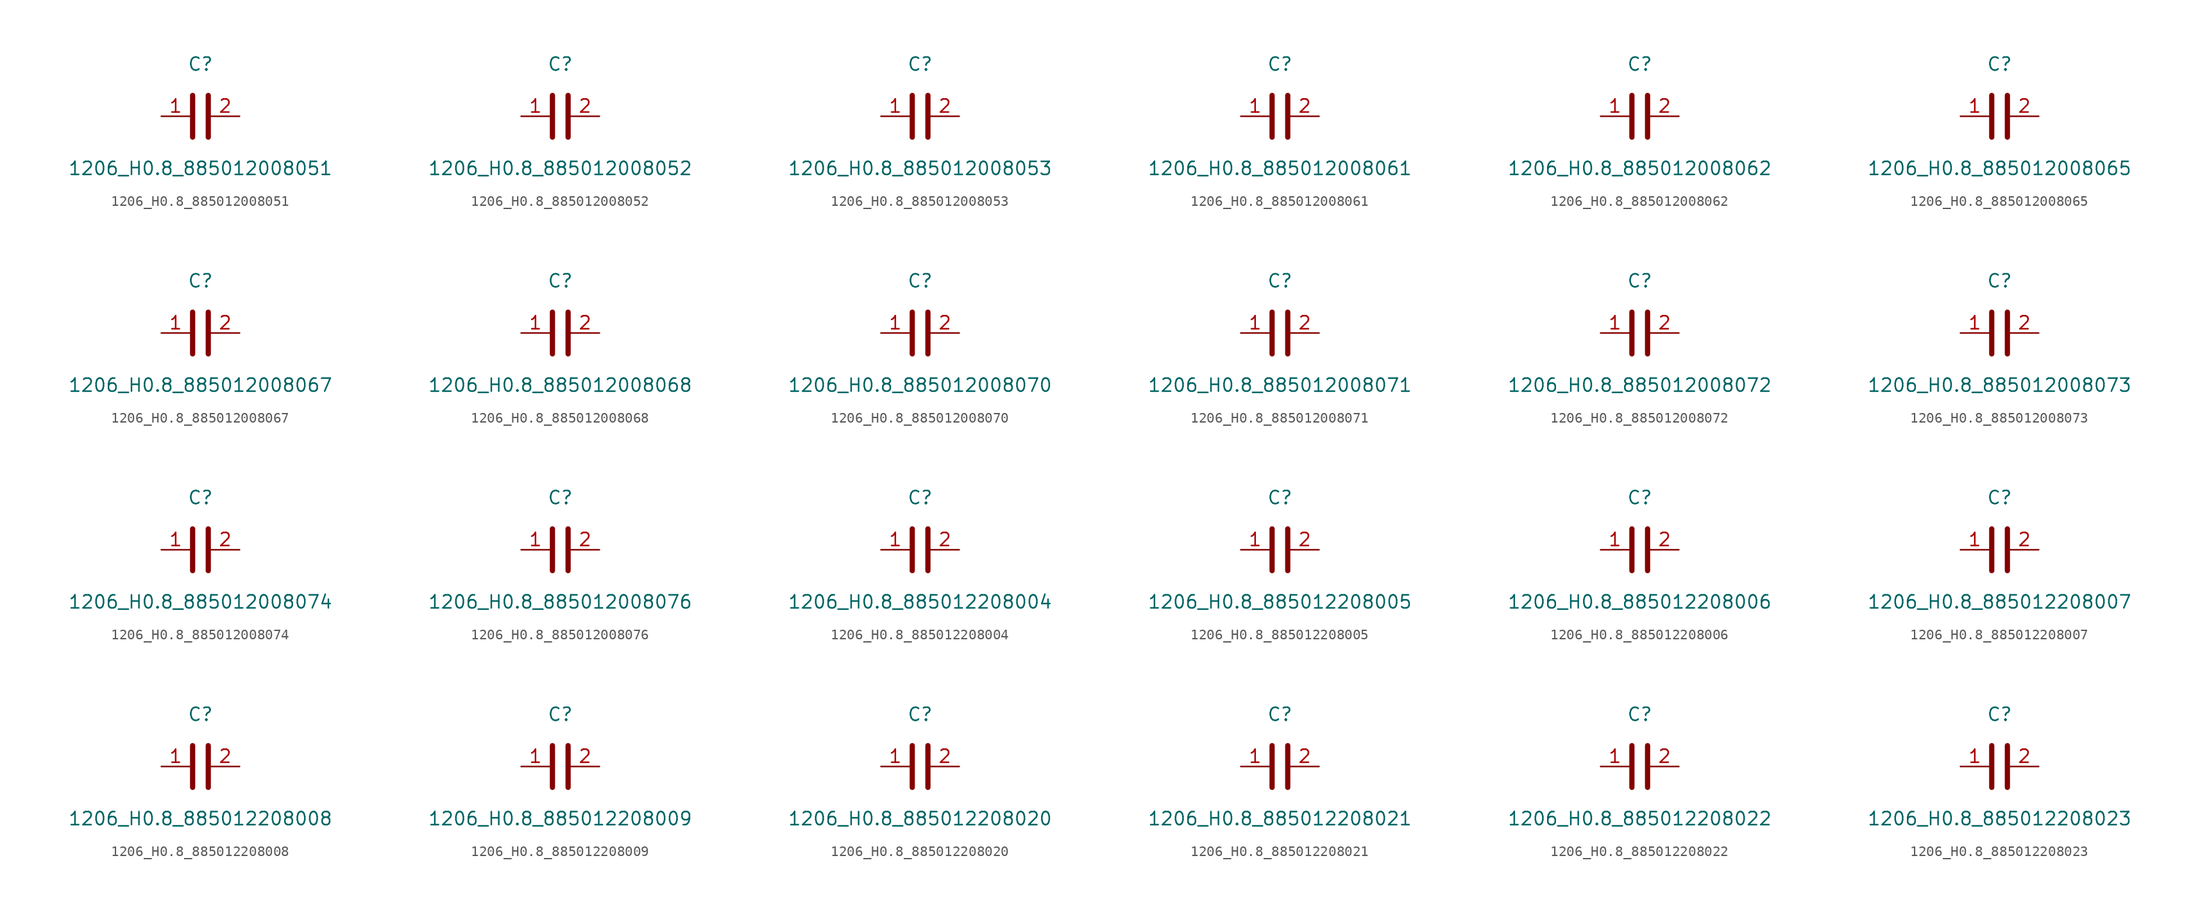
<source format=kicad_sym>
(kicad_symbol_lib
  (version 20220914)
  (generator kicad_symbol_editor)
  (symbol "1206_H0.8_885012008051"
    (pin_names hide)
    (property "Reference" "C"
      (at 0 5.08 0)
      (effects (font (size 1.27 1.27))))
    (property "Value" "1206_H0.8_885012008051"
      (at 0 -5.08 0)
      (effects (font (size 1.27 1.27))))
    (symbol "1206_H0.8_885012008051_0_1"
      (polyline (pts (xy -0.762 -2.032) (xy -0.762 2.032)) (stroke (width 0.508) (type default)) (fill (type none)))
      (polyline (pts (xy 0.762 -2.032) (xy 0.762 2.032)) (stroke (width 0.508) (type default)) (fill (type none))))
    (symbol "1206_H0.8_885012008051_1_1"
      (pin passive line (at -3.81 0 0) (length 2.794) (name "1" (effects (font (size 1.27 1.27)))) (number "1" (effects (font (size 1.27 1.27)))))
      (pin passive line (at 3.81 0 180) (length 2.794) (name "2" (effects (font (size 1.27 1.27)))) (number "2" (effects (font (size 1.27 1.27)))))))
  (symbol "1206_H0.8_885012008052"
    (pin_names hide)
    (property "Reference" "C"
      (at 0 5.08 0)
      (effects (font (size 1.27 1.27))))
    (property "Value" "1206_H0.8_885012008052"
      (at 0 -5.08 0)
      (effects (font (size 1.27 1.27))))
    (symbol "1206_H0.8_885012008052_0_1"
      (polyline (pts (xy -0.762 -2.032) (xy -0.762 2.032)) (stroke (width 0.508) (type default)) (fill (type none)))
      (polyline (pts (xy 0.762 -2.032) (xy 0.762 2.032)) (stroke (width 0.508) (type default)) (fill (type none))))
    (symbol "1206_H0.8_885012008052_1_1"
      (pin passive line (at -3.81 0 0) (length 2.794) (name "1" (effects (font (size 1.27 1.27)))) (number "1" (effects (font (size 1.27 1.27)))))
      (pin passive line (at 3.81 0 180) (length 2.794) (name "2" (effects (font (size 1.27 1.27)))) (number "2" (effects (font (size 1.27 1.27)))))))
  (symbol "1206_H0.8_885012008053"
    (pin_names hide)
    (property "Reference" "C"
      (at 0 5.08 0)
      (effects (font (size 1.27 1.27))))
    (property "Value" "1206_H0.8_885012008053"
      (at 0 -5.08 0)
      (effects (font (size 1.27 1.27))))
    (symbol "1206_H0.8_885012008053_0_1"
      (polyline (pts (xy -0.762 -2.032) (xy -0.762 2.032)) (stroke (width 0.508) (type default)) (fill (type none)))
      (polyline (pts (xy 0.762 -2.032) (xy 0.762 2.032)) (stroke (width 0.508) (type default)) (fill (type none))))
    (symbol "1206_H0.8_885012008053_1_1"
      (pin passive line (at -3.81 0 0) (length 2.794) (name "1" (effects (font (size 1.27 1.27)))) (number "1" (effects (font (size 1.27 1.27)))))
      (pin passive line (at 3.81 0 180) (length 2.794) (name "2" (effects (font (size 1.27 1.27)))) (number "2" (effects (font (size 1.27 1.27)))))))
  (symbol "1206_H0.8_885012008061"
    (pin_names hide)
    (property "Reference" "C"
      (at 0 5.08 0)
      (effects (font (size 1.27 1.27))))
    (property "Value" "1206_H0.8_885012008061"
      (at 0 -5.08 0)
      (effects (font (size 1.27 1.27))))
    (symbol "1206_H0.8_885012008061_0_1"
      (polyline (pts (xy -0.762 -2.032) (xy -0.762 2.032)) (stroke (width 0.508) (type default)) (fill (type none)))
      (polyline (pts (xy 0.762 -2.032) (xy 0.762 2.032)) (stroke (width 0.508) (type default)) (fill (type none))))
    (symbol "1206_H0.8_885012008061_1_1"
      (pin passive line (at -3.81 0 0) (length 2.794) (name "1" (effects (font (size 1.27 1.27)))) (number "1" (effects (font (size 1.27 1.27)))))
      (pin passive line (at 3.81 0 180) (length 2.794) (name "2" (effects (font (size 1.27 1.27)))) (number "2" (effects (font (size 1.27 1.27)))))))
  (symbol "1206_H0.8_885012008062"
    (pin_names hide)
    (property "Reference" "C"
      (at 0 5.08 0)
      (effects (font (size 1.27 1.27))))
    (property "Value" "1206_H0.8_885012008062"
      (at 0 -5.08 0)
      (effects (font (size 1.27 1.27))))
    (symbol "1206_H0.8_885012008062_0_1"
      (polyline (pts (xy -0.762 -2.032) (xy -0.762 2.032)) (stroke (width 0.508) (type default)) (fill (type none)))
      (polyline (pts (xy 0.762 -2.032) (xy 0.762 2.032)) (stroke (width 0.508) (type default)) (fill (type none))))
    (symbol "1206_H0.8_885012008062_1_1"
      (pin passive line (at -3.81 0 0) (length 2.794) (name "1" (effects (font (size 1.27 1.27)))) (number "1" (effects (font (size 1.27 1.27)))))
      (pin passive line (at 3.81 0 180) (length 2.794) (name "2" (effects (font (size 1.27 1.27)))) (number "2" (effects (font (size 1.27 1.27)))))))
  (symbol "1206_H0.8_885012008065"
    (pin_names hide)
    (property "Reference" "C"
      (at 0 5.08 0)
      (effects (font (size 1.27 1.27))))
    (property "Value" "1206_H0.8_885012008065"
      (at 0 -5.08 0)
      (effects (font (size 1.27 1.27))))
    (symbol "1206_H0.8_885012008065_0_1"
      (polyline (pts (xy -0.762 -2.032) (xy -0.762 2.032)) (stroke (width 0.508) (type default)) (fill (type none)))
      (polyline (pts (xy 0.762 -2.032) (xy 0.762 2.032)) (stroke (width 0.508) (type default)) (fill (type none))))
    (symbol "1206_H0.8_885012008065_1_1"
      (pin passive line (at -3.81 0 0) (length 2.794) (name "1" (effects (font (size 1.27 1.27)))) (number "1" (effects (font (size 1.27 1.27)))))
      (pin passive line (at 3.81 0 180) (length 2.794) (name "2" (effects (font (size 1.27 1.27)))) (number "2" (effects (font (size 1.27 1.27)))))))
  (symbol "1206_H0.8_885012008067"
    (pin_names hide)
    (property "Reference" "C"
      (at 0 5.08 0)
      (effects (font (size 1.27 1.27))))
    (property "Value" "1206_H0.8_885012008067"
      (at 0 -5.08 0)
      (effects (font (size 1.27 1.27))))
    (symbol "1206_H0.8_885012008067_0_1"
      (polyline (pts (xy -0.762 -2.032) (xy -0.762 2.032)) (stroke (width 0.508) (type default)) (fill (type none)))
      (polyline (pts (xy 0.762 -2.032) (xy 0.762 2.032)) (stroke (width 0.508) (type default)) (fill (type none))))
    (symbol "1206_H0.8_885012008067_1_1"
      (pin passive line (at -3.81 0 0) (length 2.794) (name "1" (effects (font (size 1.27 1.27)))) (number "1" (effects (font (size 1.27 1.27)))))
      (pin passive line (at 3.81 0 180) (length 2.794) (name "2" (effects (font (size 1.27 1.27)))) (number "2" (effects (font (size 1.27 1.27)))))))
  (symbol "1206_H0.8_885012008068"
    (pin_names hide)
    (property "Reference" "C"
      (at 0 5.08 0)
      (effects (font (size 1.27 1.27))))
    (property "Value" "1206_H0.8_885012008068"
      (at 0 -5.08 0)
      (effects (font (size 1.27 1.27))))
    (symbol "1206_H0.8_885012008068_0_1"
      (polyline (pts (xy -0.762 -2.032) (xy -0.762 2.032)) (stroke (width 0.508) (type default)) (fill (type none)))
      (polyline (pts (xy 0.762 -2.032) (xy 0.762 2.032)) (stroke (width 0.508) (type default)) (fill (type none))))
    (symbol "1206_H0.8_885012008068_1_1"
      (pin passive line (at -3.81 0 0) (length 2.794) (name "1" (effects (font (size 1.27 1.27)))) (number "1" (effects (font (size 1.27 1.27)))))
      (pin passive line (at 3.81 0 180) (length 2.794) (name "2" (effects (font (size 1.27 1.27)))) (number "2" (effects (font (size 1.27 1.27)))))))
  (symbol "1206_H0.8_885012008070"
    (pin_names hide)
    (property "Reference" "C"
      (at 0 5.08 0)
      (effects (font (size 1.27 1.27))))
    (property "Value" "1206_H0.8_885012008070"
      (at 0 -5.08 0)
      (effects (font (size 1.27 1.27))))
    (symbol "1206_H0.8_885012008070_0_1"
      (polyline (pts (xy -0.762 -2.032) (xy -0.762 2.032)) (stroke (width 0.508) (type default)) (fill (type none)))
      (polyline (pts (xy 0.762 -2.032) (xy 0.762 2.032)) (stroke (width 0.508) (type default)) (fill (type none))))
    (symbol "1206_H0.8_885012008070_1_1"
      (pin passive line (at -3.81 0 0) (length 2.794) (name "1" (effects (font (size 1.27 1.27)))) (number "1" (effects (font (size 1.27 1.27)))))
      (pin passive line (at 3.81 0 180) (length 2.794) (name "2" (effects (font (size 1.27 1.27)))) (number "2" (effects (font (size 1.27 1.27)))))))
  (symbol "1206_H0.8_885012008071"
    (pin_names hide)
    (property "Reference" "C"
      (at 0 5.08 0)
      (effects (font (size 1.27 1.27))))
    (property "Value" "1206_H0.8_885012008071"
      (at 0 -5.08 0)
      (effects (font (size 1.27 1.27))))
    (symbol "1206_H0.8_885012008071_0_1"
      (polyline (pts (xy -0.762 -2.032) (xy -0.762 2.032)) (stroke (width 0.508) (type default)) (fill (type none)))
      (polyline (pts (xy 0.762 -2.032) (xy 0.762 2.032)) (stroke (width 0.508) (type default)) (fill (type none))))
    (symbol "1206_H0.8_885012008071_1_1"
      (pin passive line (at -3.81 0 0) (length 2.794) (name "1" (effects (font (size 1.27 1.27)))) (number "1" (effects (font (size 1.27 1.27)))))
      (pin passive line (at 3.81 0 180) (length 2.794) (name "2" (effects (font (size 1.27 1.27)))) (number "2" (effects (font (size 1.27 1.27)))))))
  (symbol "1206_H0.8_885012008072"
    (pin_names hide)
    (property "Reference" "C"
      (at 0 5.08 0)
      (effects (font (size 1.27 1.27))))
    (property "Value" "1206_H0.8_885012008072"
      (at 0 -5.08 0)
      (effects (font (size 1.27 1.27))))
    (symbol "1206_H0.8_885012008072_0_1"
      (polyline (pts (xy -0.762 -2.032) (xy -0.762 2.032)) (stroke (width 0.508) (type default)) (fill (type none)))
      (polyline (pts (xy 0.762 -2.032) (xy 0.762 2.032)) (stroke (width 0.508) (type default)) (fill (type none))))
    (symbol "1206_H0.8_885012008072_1_1"
      (pin passive line (at -3.81 0 0) (length 2.794) (name "1" (effects (font (size 1.27 1.27)))) (number "1" (effects (font (size 1.27 1.27)))))
      (pin passive line (at 3.81 0 180) (length 2.794) (name "2" (effects (font (size 1.27 1.27)))) (number "2" (effects (font (size 1.27 1.27)))))))
  (symbol "1206_H0.8_885012008073"
    (pin_names hide)
    (property "Reference" "C"
      (at 0 5.08 0)
      (effects (font (size 1.27 1.27))))
    (property "Value" "1206_H0.8_885012008073"
      (at 0 -5.08 0)
      (effects (font (size 1.27 1.27))))
    (symbol "1206_H0.8_885012008073_0_1"
      (polyline (pts (xy -0.762 -2.032) (xy -0.762 2.032)) (stroke (width 0.508) (type default)) (fill (type none)))
      (polyline (pts (xy 0.762 -2.032) (xy 0.762 2.032)) (stroke (width 0.508) (type default)) (fill (type none))))
    (symbol "1206_H0.8_885012008073_1_1"
      (pin passive line (at -3.81 0 0) (length 2.794) (name "1" (effects (font (size 1.27 1.27)))) (number "1" (effects (font (size 1.27 1.27)))))
      (pin passive line (at 3.81 0 180) (length 2.794) (name "2" (effects (font (size 1.27 1.27)))) (number "2" (effects (font (size 1.27 1.27)))))))
  (symbol "1206_H0.8_885012008074"
    (pin_names hide)
    (property "Reference" "C"
      (at 0 5.08 0)
      (effects (font (size 1.27 1.27))))
    (property "Value" "1206_H0.8_885012008074"
      (at 0 -5.08 0)
      (effects (font (size 1.27 1.27))))
    (symbol "1206_H0.8_885012008074_0_1"
      (polyline (pts (xy -0.762 -2.032) (xy -0.762 2.032)) (stroke (width 0.508) (type default)) (fill (type none)))
      (polyline (pts (xy 0.762 -2.032) (xy 0.762 2.032)) (stroke (width 0.508) (type default)) (fill (type none))))
    (symbol "1206_H0.8_885012008074_1_1"
      (pin passive line (at -3.81 0 0) (length 2.794) (name "1" (effects (font (size 1.27 1.27)))) (number "1" (effects (font (size 1.27 1.27)))))
      (pin passive line (at 3.81 0 180) (length 2.794) (name "2" (effects (font (size 1.27 1.27)))) (number "2" (effects (font (size 1.27 1.27)))))))
  (symbol "1206_H0.8_885012008076"
    (pin_names hide)
    (property "Reference" "C"
      (at 0 5.08 0)
      (effects (font (size 1.27 1.27))))
    (property "Value" "1206_H0.8_885012008076"
      (at 0 -5.08 0)
      (effects (font (size 1.27 1.27))))
    (symbol "1206_H0.8_885012008076_0_1"
      (polyline (pts (xy -0.762 -2.032) (xy -0.762 2.032)) (stroke (width 0.508) (type default)) (fill (type none)))
      (polyline (pts (xy 0.762 -2.032) (xy 0.762 2.032)) (stroke (width 0.508) (type default)) (fill (type none))))
    (symbol "1206_H0.8_885012008076_1_1"
      (pin passive line (at -3.81 0 0) (length 2.794) (name "1" (effects (font (size 1.27 1.27)))) (number "1" (effects (font (size 1.27 1.27)))))
      (pin passive line (at 3.81 0 180) (length 2.794) (name "2" (effects (font (size 1.27 1.27)))) (number "2" (effects (font (size 1.27 1.27)))))))
  (symbol "1206_H0.8_885012208004"
    (pin_names hide)
    (property "Reference" "C"
      (at 0 5.08 0)
      (effects (font (size 1.27 1.27))))
    (property "Value" "1206_H0.8_885012208004"
      (at 0 -5.08 0)
      (effects (font (size 1.27 1.27))))
    (symbol "1206_H0.8_885012208004_0_1"
      (polyline (pts (xy -0.762 -2.032) (xy -0.762 2.032)) (stroke (width 0.508) (type default)) (fill (type none)))
      (polyline (pts (xy 0.762 -2.032) (xy 0.762 2.032)) (stroke (width 0.508) (type default)) (fill (type none))))
    (symbol "1206_H0.8_885012208004_1_1"
      (pin passive line (at -3.81 0 0) (length 2.794) (name "1" (effects (font (size 1.27 1.27)))) (number "1" (effects (font (size 1.27 1.27)))))
      (pin passive line (at 3.81 0 180) (length 2.794) (name "2" (effects (font (size 1.27 1.27)))) (number "2" (effects (font (size 1.27 1.27)))))))
  (symbol "1206_H0.8_885012208005"
    (pin_names hide)
    (property "Reference" "C"
      (at 0 5.08 0)
      (effects (font (size 1.27 1.27))))
    (property "Value" "1206_H0.8_885012208005"
      (at 0 -5.08 0)
      (effects (font (size 1.27 1.27))))
    (symbol "1206_H0.8_885012208005_0_1"
      (polyline (pts (xy -0.762 -2.032) (xy -0.762 2.032)) (stroke (width 0.508) (type default)) (fill (type none)))
      (polyline (pts (xy 0.762 -2.032) (xy 0.762 2.032)) (stroke (width 0.508) (type default)) (fill (type none))))
    (symbol "1206_H0.8_885012208005_1_1"
      (pin passive line (at -3.81 0 0) (length 2.794) (name "1" (effects (font (size 1.27 1.27)))) (number "1" (effects (font (size 1.27 1.27)))))
      (pin passive line (at 3.81 0 180) (length 2.794) (name "2" (effects (font (size 1.27 1.27)))) (number "2" (effects (font (size 1.27 1.27)))))))
  (symbol "1206_H0.8_885012208006"
    (pin_names hide)
    (property "Reference" "C"
      (at 0 5.08 0)
      (effects (font (size 1.27 1.27))))
    (property "Value" "1206_H0.8_885012208006"
      (at 0 -5.08 0)
      (effects (font (size 1.27 1.27))))
    (symbol "1206_H0.8_885012208006_0_1"
      (polyline (pts (xy -0.762 -2.032) (xy -0.762 2.032)) (stroke (width 0.508) (type default)) (fill (type none)))
      (polyline (pts (xy 0.762 -2.032) (xy 0.762 2.032)) (stroke (width 0.508) (type default)) (fill (type none))))
    (symbol "1206_H0.8_885012208006_1_1"
      (pin passive line (at -3.81 0 0) (length 2.794) (name "1" (effects (font (size 1.27 1.27)))) (number "1" (effects (font (size 1.27 1.27)))))
      (pin passive line (at 3.81 0 180) (length 2.794) (name "2" (effects (font (size 1.27 1.27)))) (number "2" (effects (font (size 1.27 1.27)))))))
  (symbol "1206_H0.8_885012208007"
    (pin_names hide)
    (property "Reference" "C"
      (at 0 5.08 0)
      (effects (font (size 1.27 1.27))))
    (property "Value" "1206_H0.8_885012208007"
      (at 0 -5.08 0)
      (effects (font (size 1.27 1.27))))
    (symbol "1206_H0.8_885012208007_0_1"
      (polyline (pts (xy -0.762 -2.032) (xy -0.762 2.032)) (stroke (width 0.508) (type default)) (fill (type none)))
      (polyline (pts (xy 0.762 -2.032) (xy 0.762 2.032)) (stroke (width 0.508) (type default)) (fill (type none))))
    (symbol "1206_H0.8_885012208007_1_1"
      (pin passive line (at -3.81 0 0) (length 2.794) (name "1" (effects (font (size 1.27 1.27)))) (number "1" (effects (font (size 1.27 1.27)))))
      (pin passive line (at 3.81 0 180) (length 2.794) (name "2" (effects (font (size 1.27 1.27)))) (number "2" (effects (font (size 1.27 1.27)))))))
  (symbol "1206_H0.8_885012208008"
    (pin_names hide)
    (property "Reference" "C"
      (at 0 5.08 0)
      (effects (font (size 1.27 1.27))))
    (property "Value" "1206_H0.8_885012208008"
      (at 0 -5.08 0)
      (effects (font (size 1.27 1.27))))
    (symbol "1206_H0.8_885012208008_0_1"
      (polyline (pts (xy -0.762 -2.032) (xy -0.762 2.032)) (stroke (width 0.508) (type default)) (fill (type none)))
      (polyline (pts (xy 0.762 -2.032) (xy 0.762 2.032)) (stroke (width 0.508) (type default)) (fill (type none))))
    (symbol "1206_H0.8_885012208008_1_1"
      (pin passive line (at -3.81 0 0) (length 2.794) (name "1" (effects (font (size 1.27 1.27)))) (number "1" (effects (font (size 1.27 1.27)))))
      (pin passive line (at 3.81 0 180) (length 2.794) (name "2" (effects (font (size 1.27 1.27)))) (number "2" (effects (font (size 1.27 1.27)))))))
  (symbol "1206_H0.8_885012208009"
    (pin_names hide)
    (property "Reference" "C"
      (at 0 5.08 0)
      (effects (font (size 1.27 1.27))))
    (property "Value" "1206_H0.8_885012208009"
      (at 0 -5.08 0)
      (effects (font (size 1.27 1.27))))
    (symbol "1206_H0.8_885012208009_0_1"
      (polyline (pts (xy -0.762 -2.032) (xy -0.762 2.032)) (stroke (width 0.508) (type default)) (fill (type none)))
      (polyline (pts (xy 0.762 -2.032) (xy 0.762 2.032)) (stroke (width 0.508) (type default)) (fill (type none))))
    (symbol "1206_H0.8_885012208009_1_1"
      (pin passive line (at -3.81 0 0) (length 2.794) (name "1" (effects (font (size 1.27 1.27)))) (number "1" (effects (font (size 1.27 1.27)))))
      (pin passive line (at 3.81 0 180) (length 2.794) (name "2" (effects (font (size 1.27 1.27)))) (number "2" (effects (font (size 1.27 1.27)))))))
  (symbol "1206_H0.8_885012208020"
    (pin_names hide)
    (property "Reference" "C"
      (at 0 5.08 0)
      (effects (font (size 1.27 1.27))))
    (property "Value" "1206_H0.8_885012208020"
      (at 0 -5.08 0)
      (effects (font (size 1.27 1.27))))
    (symbol "1206_H0.8_885012208020_0_1"
      (polyline (pts (xy -0.762 -2.032) (xy -0.762 2.032)) (stroke (width 0.508) (type default)) (fill (type none)))
      (polyline (pts (xy 0.762 -2.032) (xy 0.762 2.032)) (stroke (width 0.508) (type default)) (fill (type none))))
    (symbol "1206_H0.8_885012208020_1_1"
      (pin passive line (at -3.81 0 0) (length 2.794) (name "1" (effects (font (size 1.27 1.27)))) (number "1" (effects (font (size 1.27 1.27)))))
      (pin passive line (at 3.81 0 180) (length 2.794) (name "2" (effects (font (size 1.27 1.27)))) (number "2" (effects (font (size 1.27 1.27)))))))
  (symbol "1206_H0.8_885012208021"
    (pin_names hide)
    (property "Reference" "C"
      (at 0 5.08 0)
      (effects (font (size 1.27 1.27))))
    (property "Value" "1206_H0.8_885012208021"
      (at 0 -5.08 0)
      (effects (font (size 1.27 1.27))))
    (symbol "1206_H0.8_885012208021_0_1"
      (polyline (pts (xy -0.762 -2.032) (xy -0.762 2.032)) (stroke (width 0.508) (type default)) (fill (type none)))
      (polyline (pts (xy 0.762 -2.032) (xy 0.762 2.032)) (stroke (width 0.508) (type default)) (fill (type none))))
    (symbol "1206_H0.8_885012208021_1_1"
      (pin passive line (at -3.81 0 0) (length 2.794) (name "1" (effects (font (size 1.27 1.27)))) (number "1" (effects (font (size 1.27 1.27)))))
      (pin passive line (at 3.81 0 180) (length 2.794) (name "2" (effects (font (size 1.27 1.27)))) (number "2" (effects (font (size 1.27 1.27)))))))
  (symbol "1206_H0.8_885012208022"
    (pin_names hide)
    (property "Reference" "C"
      (at 0 5.08 0)
      (effects (font (size 1.27 1.27))))
    (property "Value" "1206_H0.8_885012208022"
      (at 0 -5.08 0)
      (effects (font (size 1.27 1.27))))
    (symbol "1206_H0.8_885012208022_0_1"
      (polyline (pts (xy -0.762 -2.032) (xy -0.762 2.032)) (stroke (width 0.508) (type default)) (fill (type none)))
      (polyline (pts (xy 0.762 -2.032) (xy 0.762 2.032)) (stroke (width 0.508) (type default)) (fill (type none))))
    (symbol "1206_H0.8_885012208022_1_1"
      (pin passive line (at -3.81 0 0) (length 2.794) (name "1" (effects (font (size 1.27 1.27)))) (number "1" (effects (font (size 1.27 1.27)))))
      (pin passive line (at 3.81 0 180) (length 2.794) (name "2" (effects (font (size 1.27 1.27)))) (number "2" (effects (font (size 1.27 1.27)))))))
  (symbol "1206_H0.8_885012208023"
    (pin_names hide)
    (property "Reference" "C"
      (at 0 5.08 0)
      (effects (font (size 1.27 1.27))))
    (property "Value" "1206_H0.8_885012208023"
      (at 0 -5.08 0)
      (effects (font (size 1.27 1.27))))
    (symbol "1206_H0.8_885012208023_0_1"
      (polyline (pts (xy -0.762 -2.032) (xy -0.762 2.032)) (stroke (width 0.508) (type default)) (fill (type none)))
      (polyline (pts (xy 0.762 -2.032) (xy 0.762 2.032)) (stroke (width 0.508) (type default)) (fill (type none))))
    (symbol "1206_H0.8_885012208023_1_1"
      (pin passive line (at -3.81 0 0) (length 2.794) (name "1" (effects (font (size 1.27 1.27)))) (number "1" (effects (font (size 1.27 1.27)))))
      (pin passive line (at 3.81 0 180) (length 2.794) (name "2" (effects (font (size 1.27 1.27)))) (number "2" (effects (font (size 1.27 1.27))))))))
</source>
